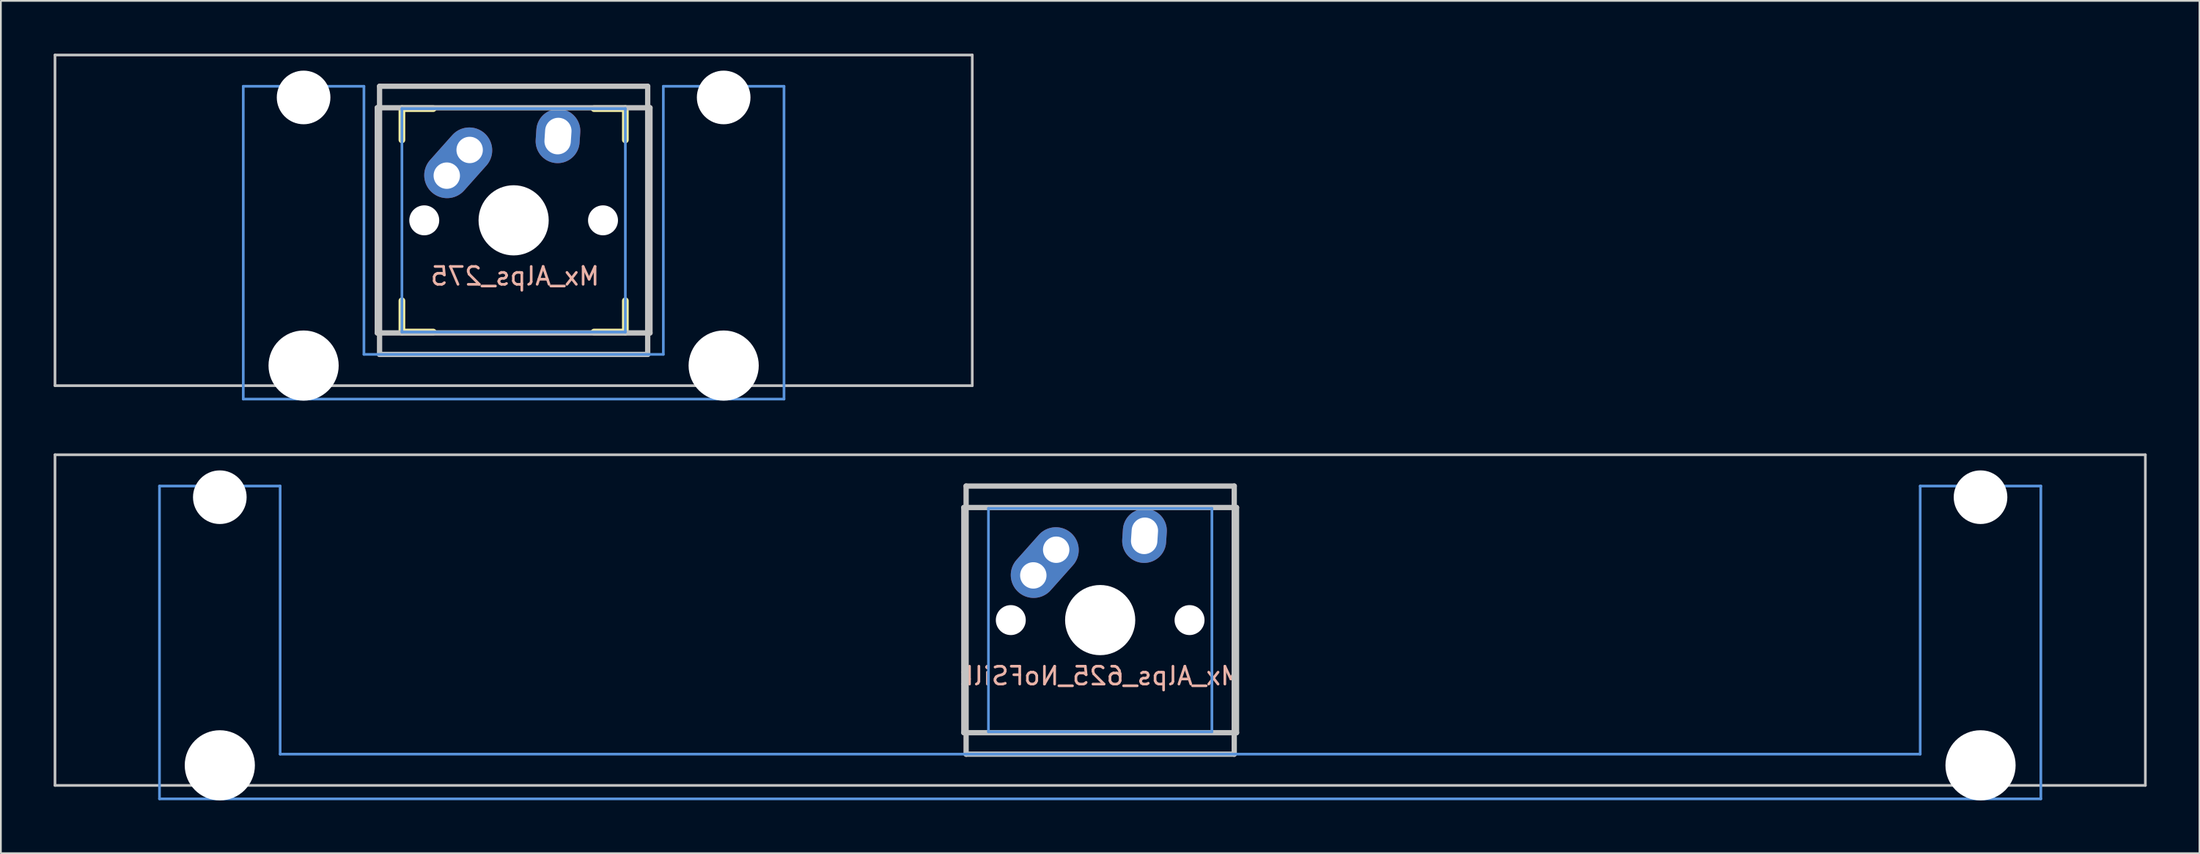
<source format=kicad_pcb>
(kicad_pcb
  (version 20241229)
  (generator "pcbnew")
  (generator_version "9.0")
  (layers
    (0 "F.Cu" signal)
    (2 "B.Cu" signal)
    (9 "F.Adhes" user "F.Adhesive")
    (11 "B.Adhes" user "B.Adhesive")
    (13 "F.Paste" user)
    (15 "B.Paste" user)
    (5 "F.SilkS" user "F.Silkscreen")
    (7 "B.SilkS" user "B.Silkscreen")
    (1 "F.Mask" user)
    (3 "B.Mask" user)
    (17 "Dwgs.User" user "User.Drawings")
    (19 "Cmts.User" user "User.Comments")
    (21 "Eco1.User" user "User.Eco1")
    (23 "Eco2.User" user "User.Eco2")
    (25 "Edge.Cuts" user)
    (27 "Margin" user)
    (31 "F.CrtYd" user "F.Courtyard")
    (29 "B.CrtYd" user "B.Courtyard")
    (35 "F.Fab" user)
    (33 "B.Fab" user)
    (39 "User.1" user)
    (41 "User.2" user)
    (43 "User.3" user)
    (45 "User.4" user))
  (footprint "Mx_Alps_625_NoFSilk"
    (layer "F.Cu")
    (at 59.482 32.197)
    (property "Reference" "Mx_Alps_625_NoFSilk" (at 0 3.175 0) (layer "B.SilkS") (effects (font (size 1.016 1.016) (thickness 0.152)) (justify mirror)))
    (attr through_hole)
    (fp_line (start -59.406 -9.398) (end 59.406 -9.398) (stroke (width 0.152) (type solid)) (layer "Dwgs.User"))
    (fp_line (start -59.406 9.398) (end -59.406 -9.398) (stroke (width 0.152) (type solid)) (layer "Dwgs.User"))
    (fp_line (start -7.75 6.4) (end -7.75 -6.4) (stroke (width 0.3) (type solid)) (layer "Dwgs.User"))
    (fp_line (start -7.75 6.4) (end 7.75 6.4) (stroke (width 0.3) (type solid)) (layer "Dwgs.User"))
    (fp_line (start -7.62 -7.62) (end 7.62 -7.62) (stroke (width 0.3) (type solid)) (layer "Dwgs.User"))
    (fp_line (start -7.62 7.62) (end -7.62 -7.62) (stroke (width 0.3) (type solid)) (layer "Dwgs.User"))
    (fp_line (start 7.62 -7.62) (end 7.62 7.62) (stroke (width 0.3) (type solid)) (layer "Dwgs.User"))
    (fp_line (start 7.62 7.62) (end -7.62 7.62) (stroke (width 0.3) (type solid)) (layer "Dwgs.User"))
    (fp_line (start 7.75 -6.4) (end -7.75 -6.4) (stroke (width 0.3) (type solid)) (layer "Dwgs.User"))
    (fp_line (start 7.75 6.4) (end 7.75 -6.4) (stroke (width 0.3) (type solid)) (layer "Dwgs.User"))
    (fp_line (start 59.406 -9.398) (end 59.406 9.398) (stroke (width 0.152) (type solid)) (layer "Dwgs.User"))
    (fp_line (start 59.406 9.398) (end -59.406 9.398) (stroke (width 0.152) (type solid)) (layer "Dwgs.User"))
    (fp_line (start -53.467 -7.62) (end -53.467 10.16) (stroke (width 0.152) (type solid)) (layer "Cmts.User"))
    (fp_line (start -53.467 10.16) (end 53.467 10.16) (stroke (width 0.152) (type solid)) (layer "Cmts.User"))
    (fp_line (start -46.609 -7.62) (end -53.467 -7.62) (stroke (width 0.152) (type solid)) (layer "Cmts.User"))
    (fp_line (start -46.609 7.62) (end -46.609 -7.62) (stroke (width 0.152) (type solid)) (layer "Cmts.User"))
    (fp_line (start -6.35 -6.35) (end 6.35 -6.35) (stroke (width 0.152) (type solid)) (layer "Cmts.User"))
    (fp_line (start -6.35 6.35) (end -6.35 -6.35) (stroke (width 0.152) (type solid)) (layer "Cmts.User"))
    (fp_line (start 6.35 -6.35) (end 6.35 6.35) (stroke (width 0.152) (type solid)) (layer "Cmts.User"))
    (fp_line (start 6.35 6.35) (end -6.35 6.35) (stroke (width 0.152) (type solid)) (layer "Cmts.User"))
    (fp_line (start 46.609 -7.62) (end 46.609 7.62) (stroke (width 0.152) (type solid)) (layer "Cmts.User"))
    (fp_line (start 46.609 7.62) (end -46.609 7.62) (stroke (width 0.152) (type solid)) (layer "Cmts.User"))
    (fp_line (start 53.467 -7.62) (end 46.609 -7.62) (stroke (width 0.152) (type solid)) (layer "Cmts.User"))
    (fp_line (start 53.467 10.16) (end 53.467 -7.62) (stroke (width 0.152) (type solid)) (layer "Cmts.User"))
    (fp_line (start -54.229 -2.286) (end -53.365 -2.286) (stroke (width 0.152) (type solid)) (layer "Eco2.User"))
    (fp_line (start -54.229 0.508) (end -54.229 -2.286) (stroke (width 0.152) (type solid)) (layer "Eco2.User"))
    (fp_line (start -53.365 -5.69) (end -46.711 -5.69) (stroke (width 0.152) (type solid)) (layer "Eco2.User"))
    (fp_line (start -53.365 -2.286) (end -53.365 -5.69) (stroke (width 0.152) (type solid)) (layer "Eco2.User"))
    (fp_line (start -53.365 0.508) (end -54.229 0.508) (stroke (width 0.152) (type solid)) (layer "Eco2.User"))
    (fp_line (start -53.365 6.604) (end -53.365 0.508) (stroke (width 0.152) (type solid)) (layer "Eco2.User"))
    (fp_line (start -52.324 6.604) (end -53.365 6.604) (stroke (width 0.152) (type solid)) (layer "Eco2.User"))
    (fp_line (start -52.324 7.772) (end -52.324 6.604) (stroke (width 0.152) (type solid)) (layer "Eco2.User"))
    (fp_line (start -47.752 6.604) (end -47.752 7.772) (stroke (width 0.152) (type solid)) (layer "Eco2.User"))
    (fp_line (start -47.752 7.772) (end -52.324 7.772) (stroke (width 0.152) (type solid)) (layer "Eco2.User"))
    (fp_line (start -46.711 -5.69) (end -46.711 -2.286) (stroke (width 0.152) (type solid)) (layer "Eco2.User"))
    (fp_line (start -46.711 -2.286) (end -6.985 -2.286) (stroke (width 0.152) (type solid)) (layer "Eco2.User"))
    (fp_line (start -46.711 2.286) (end -46.711 6.604) (stroke (width 0.152) (type solid)) (layer "Eco2.User"))
    (fp_line (start -46.711 6.604) (end -47.752 6.604) (stroke (width 0.152) (type solid)) (layer "Eco2.User"))
    (fp_line (start -6.985 -6.985) (end 6.985 -6.985) (stroke (width 0.152) (type solid)) (layer "Eco2.User"))
    (fp_line (start -6.985 -2.286) (end -6.985 -6.985) (stroke (width 0.152) (type solid)) (layer "Eco2.User"))
    (fp_line (start -6.985 2.286) (end -46.711 2.286) (stroke (width 0.152) (type solid)) (layer "Eco2.User"))
    (fp_line (start -6.985 6.985) (end -6.985 2.286) (stroke (width 0.152) (type solid)) (layer "Eco2.User"))
    (fp_line (start 6.985 -6.985) (end 6.985 -2.286) (stroke (width 0.152) (type solid)) (layer "Eco2.User"))
    (fp_line (start 6.985 -2.286) (end 46.711 -2.286) (stroke (width 0.152) (type solid)) (layer "Eco2.User"))
    (fp_line (start 6.985 2.286) (end 6.985 6.985) (stroke (width 0.152) (type solid)) (layer "Eco2.User"))
    (fp_line (start 6.985 6.985) (end -6.985 6.985) (stroke (width 0.152) (type solid)) (layer "Eco2.User"))
    (fp_line (start 46.711 -5.69) (end 53.365 -5.69) (stroke (width 0.152) (type solid)) (layer "Eco2.User"))
    (fp_line (start 46.711 -2.286) (end 46.711 -5.69) (stroke (width 0.152) (type solid)) (layer "Eco2.User"))
    (fp_line (start 46.711 2.286) (end 6.985 2.286) (stroke (width 0.152) (type solid)) (layer "Eco2.User"))
    (fp_line (start 46.711 6.604) (end 46.711 2.286) (stroke (width 0.152) (type solid)) (layer "Eco2.User"))
    (fp_line (start 47.752 6.604) (end 46.711 6.604) (stroke (width 0.152) (type solid)) (layer "Eco2.User"))
    (fp_line (start 47.752 7.772) (end 47.752 6.604) (stroke (width 0.152) (type solid)) (layer "Eco2.User"))
    (fp_line (start 52.324 6.604) (end 52.324 7.772) (stroke (width 0.152) (type solid)) (layer "Eco2.User"))
    (fp_line (start 52.324 7.772) (end 47.752 7.772) (stroke (width 0.152) (type solid)) (layer "Eco2.User"))
    (fp_line (start 53.365 -5.69) (end 53.365 -2.286) (stroke (width 0.152) (type solid)) (layer "Eco2.User"))
    (fp_line (start 53.365 -2.286) (end 54.229 -2.286) (stroke (width 0.152) (type solid)) (layer "Eco2.User"))
    (fp_line (start 53.365 0.508) (end 53.365 6.604) (stroke (width 0.152) (type solid)) (layer "Eco2.User"))
    (fp_line (start 53.365 6.604) (end 52.324 6.604) (stroke (width 0.152) (type solid)) (layer "Eco2.User"))
    (fp_line (start 54.229 -2.286) (end 54.229 0.508) (stroke (width 0.152) (type solid)) (layer "Eco2.User"))
    (fp_line (start 54.229 0.508) (end 53.365 0.508) (stroke (width 0.152) (type solid)) (layer "Eco2.User"))
    (pad "" np_thru_hole circle (at -50.038 -6.985) (size 3.048 3.048) (drill 3.048) (layers "*.Cu"))
    (pad "" np_thru_hole circle (at -50.038 8.255) (size 3.988 3.988) (drill 3.988) (layers "*.Cu"))
    (pad "" np_thru_hole circle (at -5.08 0) (size 1.702 1.702) (drill 1.702) (layers "*.Cu"))
    (pad "" np_thru_hole circle (at 0 0) (size 3.988 3.988) (drill 3.988) (layers "*.Cu"))
    (pad "" np_thru_hole circle (at 5.08 0) (size 1.702 1.702) (drill 1.702) (layers "*.Cu"))
    (pad "" np_thru_hole circle (at 50.038 -6.985) (size 3.048 3.048) (drill 3.048) (layers "*.Cu"))
    (pad "" np_thru_hole circle (at 50.038 8.255) (size 3.988 3.988) (drill 3.988) (layers "*.Cu"))
    (pad "1" thru_hole circle (at -3.8 -2.54) (size 2.377 2.377) (drill 1.5) (layers "*.Cu" "*.Mask"))
    (pad "1" smd oval (at -3.15 -3.27 48.3) (size 4.5 2.6) (layers "F.Cu" "F.Mask"))
    (pad "1" smd oval (at -3.15 -3.27 48.3) (size 4.5 2.6) (layers "B.Cu" "B.Mask"))
    (pad "1" thru_hole circle (at -2.5 -4) (size 2.377 2.377) (drill 1.5) (layers "*.Cu" "*.Mask"))
    (pad "2" thru_hole oval (at 2.52 -4.79 356.1) (size 2.5 3.08) (drill oval 1.5 2.08) (layers "*.Cu" "*.Mask")))
  (footprint "Mx_Alps_275"
    (layer "F.Cu")
    (at 26.144 9.474)
    (property "Reference" "Mx_Alps_275" (at 0.079 3.175 0) (layer "B.SilkS") (effects (font (size 1.016 1.016) (thickness 0.152)) (justify mirror)))
    (attr through_hole)
    (fp_line (start -6.35 -6.35) (end -4.572 -6.35) (stroke (width 0.381) (type solid)) (layer "F.SilkS"))
    (fp_line (start -6.35 -4.572) (end -6.35 -6.35) (stroke (width 0.381) (type solid)) (layer "F.SilkS"))
    (fp_line (start -6.35 6.35) (end -6.35 4.572) (stroke (width 0.381) (type solid)) (layer "F.SilkS"))
    (fp_line (start -4.572 6.35) (end -6.35 6.35) (stroke (width 0.381) (type solid)) (layer "F.SilkS"))
    (fp_line (start 4.572 -6.35) (end 6.35 -6.35) (stroke (width 0.381) (type solid)) (layer "F.SilkS"))
    (fp_line (start 6.35 -6.35) (end 6.35 -4.572) (stroke (width 0.381) (type solid)) (layer "F.SilkS"))
    (fp_line (start 6.35 4.572) (end 6.35 6.35) (stroke (width 0.381) (type solid)) (layer "F.SilkS"))
    (fp_line (start 6.35 6.35) (end 4.572 6.35) (stroke (width 0.381) (type solid)) (layer "F.SilkS"))
    (fp_line (start -26.068 -9.398) (end 26.068 -9.398) (stroke (width 0.152) (type solid)) (layer "Dwgs.User"))
    (fp_line (start -26.068 9.398) (end -26.068 -9.398) (stroke (width 0.152) (type solid)) (layer "Dwgs.User"))
    (fp_line (start -7.75 6.4) (end -7.75 -6.4) (stroke (width 0.3) (type solid)) (layer "Dwgs.User"))
    (fp_line (start -7.75 6.4) (end 7.75 6.4) (stroke (width 0.3) (type solid)) (layer "Dwgs.User"))
    (fp_line (start -7.62 -7.62) (end 7.62 -7.62) (stroke (width 0.3) (type solid)) (layer "Dwgs.User"))
    (fp_line (start -7.62 7.62) (end -7.62 -7.62) (stroke (width 0.3) (type solid)) (layer "Dwgs.User"))
    (fp_line (start 7.62 -7.62) (end 7.62 7.62) (stroke (width 0.3) (type solid)) (layer "Dwgs.User"))
    (fp_line (start 7.62 7.62) (end -7.62 7.62) (stroke (width 0.3) (type solid)) (layer "Dwgs.User"))
    (fp_line (start 7.75 -6.4) (end -7.75 -6.4) (stroke (width 0.3) (type solid)) (layer "Dwgs.User"))
    (fp_line (start 7.75 6.4) (end 7.75 -6.4) (stroke (width 0.3) (type solid)) (layer "Dwgs.User"))
    (fp_line (start 26.068 -9.398) (end 26.068 9.398) (stroke (width 0.152) (type solid)) (layer "Dwgs.User"))
    (fp_line (start 26.068 9.398) (end -26.068 9.398) (stroke (width 0.152) (type solid)) (layer "Dwgs.User"))
    (fp_line (start -15.367 -7.62) (end -15.367 10.16) (stroke (width 0.152) (type solid)) (layer "Cmts.User"))
    (fp_line (start -15.367 10.16) (end 15.367 10.16) (stroke (width 0.152) (type solid)) (layer "Cmts.User"))
    (fp_line (start -8.509 -7.62) (end -15.367 -7.62) (stroke (width 0.152) (type solid)) (layer "Cmts.User"))
    (fp_line (start -8.509 7.62) (end -8.509 -7.62) (stroke (width 0.152) (type solid)) (layer "Cmts.User"))
    (fp_line (start -6.35 -6.35) (end 6.35 -6.35) (stroke (width 0.152) (type solid)) (layer "Cmts.User"))
    (fp_line (start -6.35 6.35) (end -6.35 -6.35) (stroke (width 0.152) (type solid)) (layer "Cmts.User"))
    (fp_line (start 6.35 -6.35) (end 6.35 6.35) (stroke (width 0.152) (type solid)) (layer "Cmts.User"))
    (fp_line (start 6.35 6.35) (end -6.35 6.35) (stroke (width 0.152) (type solid)) (layer "Cmts.User"))
    (fp_line (start 8.509 -7.62) (end 8.509 7.62) (stroke (width 0.152) (type solid)) (layer "Cmts.User"))
    (fp_line (start 8.509 7.62) (end -8.509 7.62) (stroke (width 0.152) (type solid)) (layer "Cmts.User"))
    (fp_line (start 15.367 -7.62) (end 8.509 -7.62) (stroke (width 0.152) (type solid)) (layer "Cmts.User"))
    (fp_line (start 15.367 10.16) (end 15.367 -7.62) (stroke (width 0.152) (type solid)) (layer "Cmts.User"))
    (fp_line (start -16.129 -2.286) (end -15.265 -2.286) (stroke (width 0.152) (type solid)) (layer "Eco2.User"))
    (fp_line (start -16.129 0.508) (end -16.129 -2.286) (stroke (width 0.152) (type solid)) (layer "Eco2.User"))
    (fp_line (start -15.265 -5.69) (end -8.611 -5.69) (stroke (width 0.152) (type solid)) (layer "Eco2.User"))
    (fp_line (start -15.265 -2.286) (end -15.265 -5.69) (stroke (width 0.152) (type solid)) (layer "Eco2.User"))
    (fp_line (start -15.265 0.508) (end -16.129 0.508) (stroke (width 0.152) (type solid)) (layer "Eco2.User"))
    (fp_line (start -15.265 6.604) (end -15.265 0.508) (stroke (width 0.152) (type solid)) (layer "Eco2.User"))
    (fp_line (start -14.224 6.604) (end -15.265 6.604) (stroke (width 0.152) (type solid)) (layer "Eco2.User"))
    (fp_line (start -14.224 7.772) (end -14.224 6.604) (stroke (width 0.152) (type solid)) (layer "Eco2.User"))
    (fp_line (start -9.652 6.604) (end -9.652 7.772) (stroke (width 0.152) (type solid)) (layer "Eco2.User"))
    (fp_line (start -9.652 7.772) (end -14.224 7.772) (stroke (width 0.152) (type solid)) (layer "Eco2.User"))
    (fp_line (start -8.611 -5.69) (end -8.611 -4.877) (stroke (width 0.152) (type solid)) (layer "Eco2.User"))
    (fp_line (start -8.611 -4.877) (end -6.985 -4.877) (stroke (width 0.152) (type solid)) (layer "Eco2.User"))
    (fp_line (start -8.611 5.817) (end -8.611 6.604) (stroke (width 0.152) (type solid)) (layer "Eco2.User"))
    (fp_line (start -8.611 6.604) (end -9.652 6.604) (stroke (width 0.152) (type solid)) (layer "Eco2.User"))
    (fp_line (start -6.985 -6.985) (end 6.985 -6.985) (stroke (width 0.152) (type solid)) (layer "Eco2.User"))
    (fp_line (start -6.985 -4.877) (end -6.985 -6.985) (stroke (width 0.152) (type solid)) (layer "Eco2.User"))
    (fp_line (start -6.985 5.817) (end -8.611 5.817) (stroke (width 0.152) (type solid)) (layer "Eco2.User"))
    (fp_line (start -6.985 6.985) (end -6.985 5.817) (stroke (width 0.152) (type solid)) (layer "Eco2.User"))
    (fp_line (start 6.985 -6.985) (end 6.985 -4.877) (stroke (width 0.152) (type solid)) (layer "Eco2.User"))
    (fp_line (start 6.985 -4.877) (end 8.611 -4.877) (stroke (width 0.152) (type solid)) (layer "Eco2.User"))
    (fp_line (start 6.985 5.817) (end 6.985 6.985) (stroke (width 0.152) (type solid)) (layer "Eco2.User"))
    (fp_line (start 6.985 6.985) (end -6.985 6.985) (stroke (width 0.152) (type solid)) (layer "Eco2.User"))
    (fp_line (start 8.611 -5.69) (end 15.265 -5.69) (stroke (width 0.152) (type solid)) (layer "Eco2.User"))
    (fp_line (start 8.611 -4.877) (end 8.611 -5.69) (stroke (width 0.152) (type solid)) (layer "Eco2.User"))
    (fp_line (start 8.611 5.817) (end 6.985 5.817) (stroke (width 0.152) (type solid)) (layer "Eco2.User"))
    (fp_line (start 8.611 6.604) (end 8.611 5.817) (stroke (width 0.152) (type solid)) (layer "Eco2.User"))
    (fp_line (start 9.652 6.604) (end 8.611 6.604) (stroke (width 0.152) (type solid)) (layer "Eco2.User"))
    (fp_line (start 9.652 7.772) (end 9.652 6.604) (stroke (width 0.152) (type solid)) (layer "Eco2.User"))
    (fp_line (start 14.224 6.604) (end 14.224 7.772) (stroke (width 0.152) (type solid)) (layer "Eco2.User"))
    (fp_line (start 14.224 7.772) (end 9.652 7.772) (stroke (width 0.152) (type solid)) (layer "Eco2.User"))
    (fp_line (start 15.265 -5.69) (end 15.265 -2.286) (stroke (width 0.152) (type solid)) (layer "Eco2.User"))
    (fp_line (start 15.265 -2.286) (end 16.129 -2.286) (stroke (width 0.152) (type solid)) (layer "Eco2.User"))
    (fp_line (start 15.265 0.508) (end 15.265 6.604) (stroke (width 0.152) (type solid)) (layer "Eco2.User"))
    (fp_line (start 15.265 6.604) (end 14.224 6.604) (stroke (width 0.152) (type solid)) (layer "Eco2.User"))
    (fp_line (start 16.129 -2.286) (end 16.129 0.508) (stroke (width 0.152) (type solid)) (layer "Eco2.User"))
    (fp_line (start 16.129 0.508) (end 15.265 0.508) (stroke (width 0.152) (type solid)) (layer "Eco2.User"))
    (pad "" np_thru_hole circle (at -11.938 -6.985) (size 3.048 3.048) (drill 3.048) (layers "*.Cu"))
    (pad "" np_thru_hole circle (at -11.938 8.255) (size 3.988 3.988) (drill 3.988) (layers "*.Cu"))
    (pad "" np_thru_hole circle (at -5.08 0) (size 1.702 1.702) (drill 1.702) (layers "*.Cu"))
    (pad "" np_thru_hole circle (at 0 0) (size 3.988 3.988) (drill 3.988) (layers "*.Cu"))
    (pad "" np_thru_hole circle (at 5.08 0) (size 1.702 1.702) (drill 1.702) (layers "*.Cu"))
    (pad "" np_thru_hole circle (at 11.938 -6.985) (size 3.048 3.048) (drill 3.048) (layers "*.Cu"))
    (pad "" np_thru_hole circle (at 11.938 8.255) (size 3.988 3.988) (drill 3.988) (layers "*.Cu"))
    (pad "1" thru_hole circle (at -3.8 -2.54) (size 2.377 2.377) (drill 1.5) (layers "*.Cu" "*.Mask"))
    (pad "1" smd oval (at -3.15 -3.27 48.3) (size 4.5 2.6) (layers "F.Cu" "F.Mask"))
    (pad "1" smd oval (at -3.15 -3.27 48.3) (size 4.5 2.6) (layers "B.Cu" "B.Mask"))
    (pad "1" thru_hole circle (at -2.5 -4) (size 2.377 2.377) (drill 1.5) (layers "*.Cu" "*.Mask"))
    (pad "2" thru_hole oval (at 2.52 -4.79 356.1) (size 2.5 3.08) (drill oval 1.5 2.08) (layers "*.Cu" "*.Mask")))
  (gr_rect
    (start -3 -3)
    (end 121.963 45.446)
    (stroke (width 0.1) (type default))
    (fill no)
    (layer "Edge.Cuts")))
</source>
